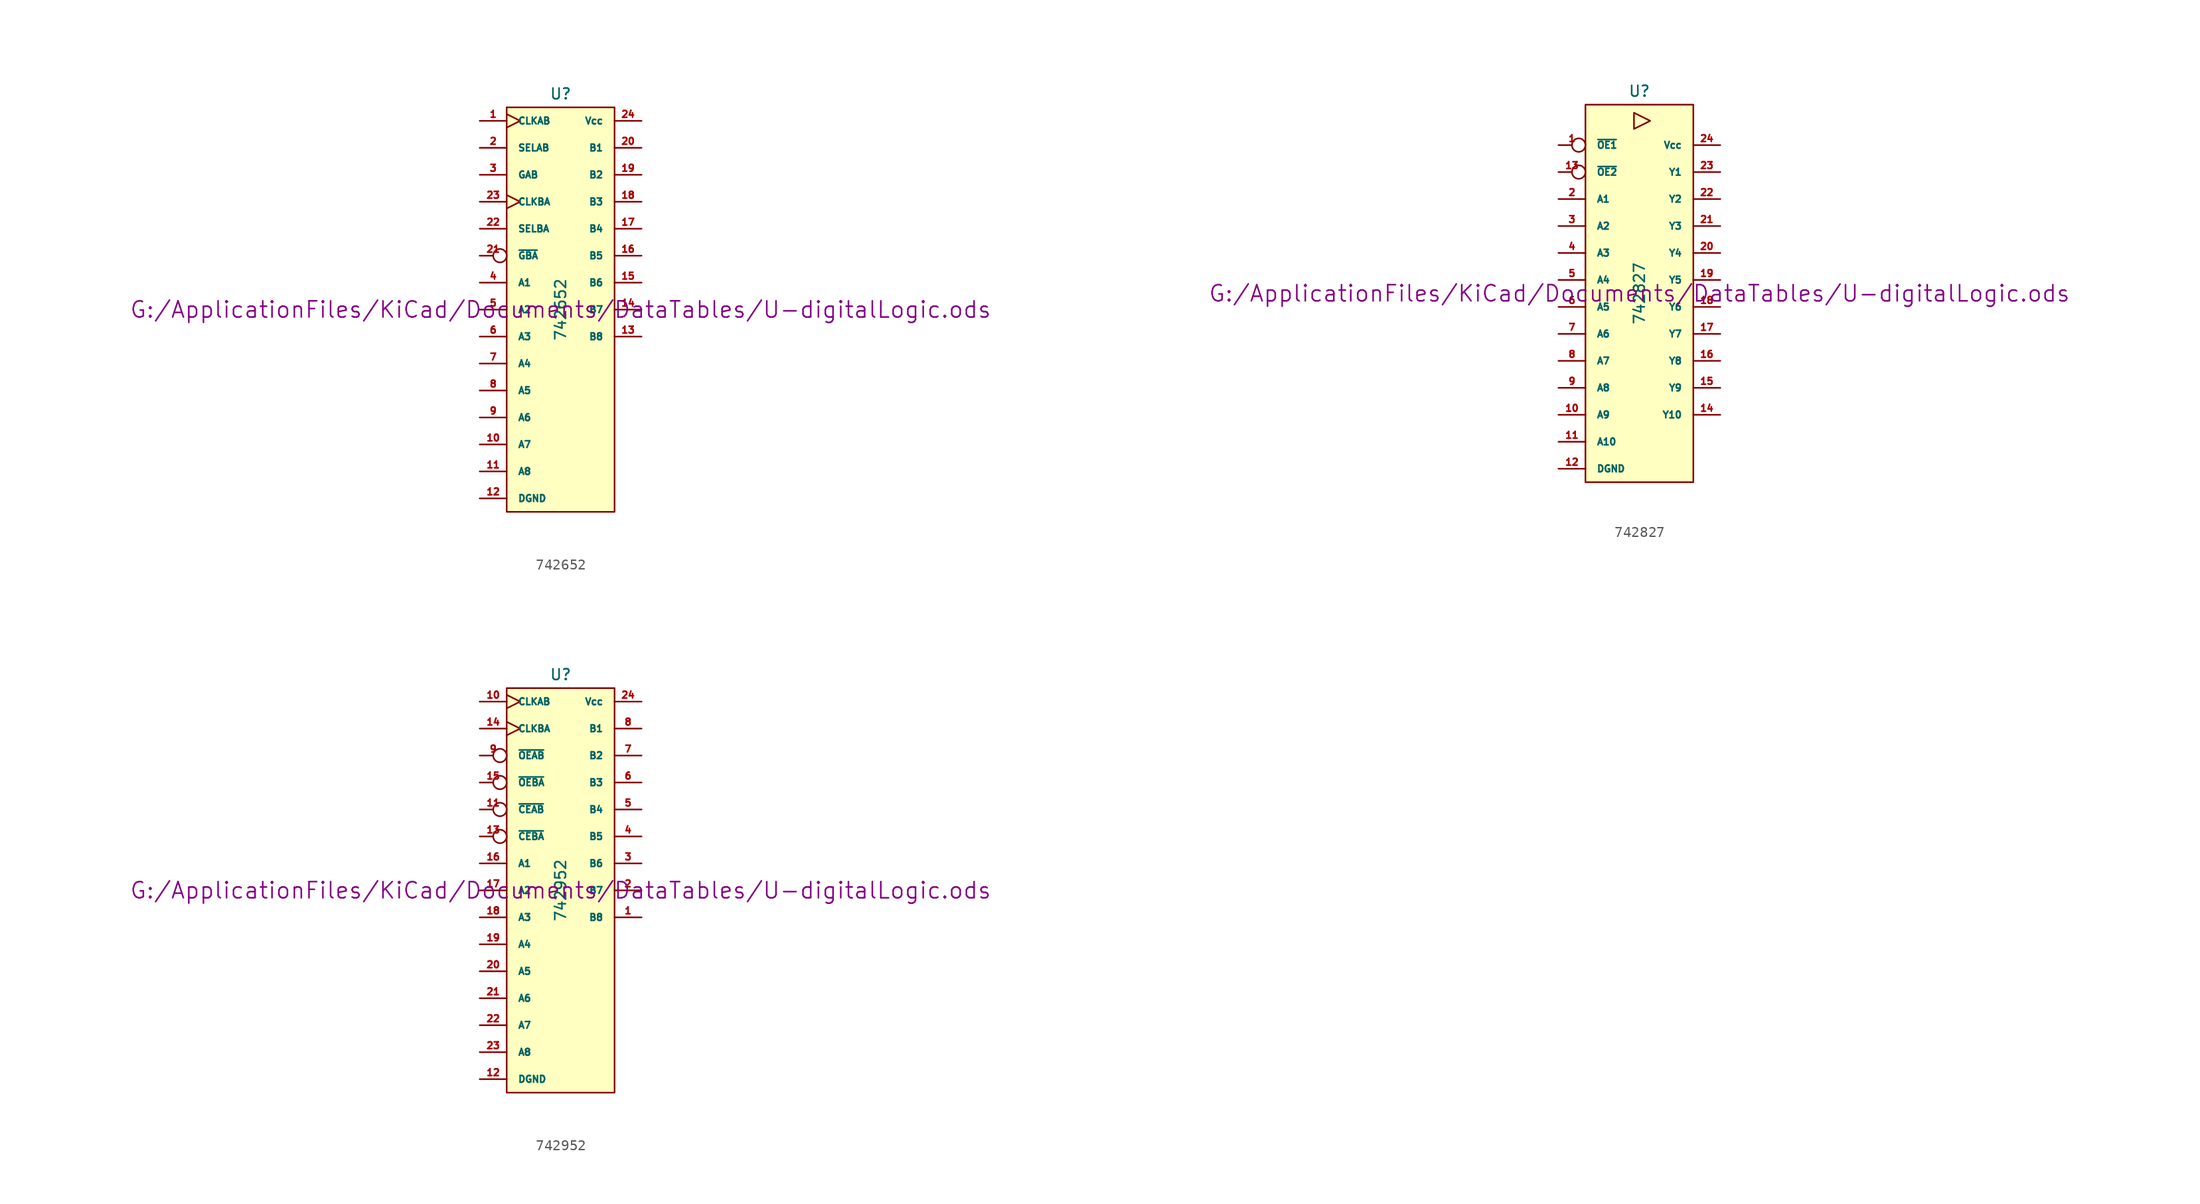
<source format=kicad_sym>
(kicad_symbol_lib
  (version 20211014)
  (generator kicad_symbol_editor)
  (symbol "742652"
    (pin_names
      (offset 1.016))
    (property "Reference" "U"
      (at 0 20.32 0)
      (effects (font (size 1.016 1.016))))
    (property "Value" "742652"
      (at 0 0 90)
      (effects (font (size 1.016 1.016))))
    (property "Footprint" ""
      (at 0 0 0)
      (effects (font (size 1.524 1.524))))
    (property "Datasheet" "G:/ApplicationFiles/KiCad/Documents/DataTables/U-digitalLogic.ods"
      (at 0 0 0)
      (effects (font (size 1.524 1.524))))
    (symbol "742652_0_1"
      (rectangle (start -5.08 19.05) (end 5.08 -19.05) (stroke (width 0) (type default) (color 0 0 0 0)) (fill (type background))))
    (symbol "742652_1_1"
      (pin input clock (at -7.62 17.78 0) (length 2.54) (name "CLKAB" (effects (font (size 0.635 0.635)))) (number "1" (effects (font (size 0.635 0.635)))))
      (pin tri_state line (at -7.62 -12.7 0) (length 2.54) (name "A7" (effects (font (size 0.635 0.635)))) (number "10" (effects (font (size 0.635 0.635)))))
      (pin tri_state line (at -7.62 -15.24 0) (length 2.54) (name "A8" (effects (font (size 0.635 0.635)))) (number "11" (effects (font (size 0.635 0.635)))))
      (pin power_in line (at -7.62 -17.78 0) (length 2.54) (name "DGND" (effects (font (size 0.635 0.635)))) (number "12" (effects (font (size 0.635 0.635)))))
      (pin tri_state line (at 7.62 -2.54 180) (length 2.54) (name "B8" (effects (font (size 0.635 0.635)))) (number "13" (effects (font (size 0.635 0.635)))))
      (pin tri_state line (at 7.62 0 180) (length 2.54) (name "B7" (effects (font (size 0.635 0.635)))) (number "14" (effects (font (size 0.635 0.635)))))
      (pin tri_state line (at 7.62 2.54 180) (length 2.54) (name "B6" (effects (font (size 0.635 0.635)))) (number "15" (effects (font (size 0.635 0.635)))))
      (pin tri_state line (at 7.62 5.08 180) (length 2.54) (name "B5" (effects (font (size 0.635 0.635)))) (number "16" (effects (font (size 0.635 0.635)))))
      (pin tri_state line (at 7.62 7.62 180) (length 2.54) (name "B4" (effects (font (size 0.635 0.635)))) (number "17" (effects (font (size 0.635 0.635)))))
      (pin tri_state line (at 7.62 10.16 180) (length 2.54) (name "B3" (effects (font (size 0.635 0.635)))) (number "18" (effects (font (size 0.635 0.635)))))
      (pin tri_state line (at 7.62 12.7 180) (length 2.54) (name "B2" (effects (font (size 0.635 0.635)))) (number "19" (effects (font (size 0.635 0.635)))))
      (pin input line (at -7.62 15.24 0) (length 2.54) (name "SELAB" (effects (font (size 0.635 0.635)))) (number "2" (effects (font (size 0.635 0.635)))))
      (pin tri_state line (at 7.62 15.24 180) (length 2.54) (name "B1" (effects (font (size 0.635 0.635)))) (number "20" (effects (font (size 0.635 0.635)))))
      (pin input inverted (at -7.62 5.08 0) (length 2.54) (name "~{GBA}" (effects (font (size 0.635 0.635)))) (number "21" (effects (font (size 0.635 0.635)))))
      (pin input line (at -7.62 7.62 0) (length 2.54) (name "SELBA" (effects (font (size 0.635 0.635)))) (number "22" (effects (font (size 0.635 0.635)))))
      (pin input clock (at -7.62 10.16 0) (length 2.54) (name "CLKBA" (effects (font (size 0.635 0.635)))) (number "23" (effects (font (size 0.635 0.635)))))
      (pin power_in line (at 7.62 17.78 180) (length 2.54) (name "Vcc" (effects (font (size 0.635 0.635)))) (number "24" (effects (font (size 0.635 0.635)))))
      (pin input line (at -7.62 12.7 0) (length 2.54) (name "GAB" (effects (font (size 0.635 0.635)))) (number "3" (effects (font (size 0.635 0.635)))))
      (pin tri_state line (at -7.62 2.54 0) (length 2.54) (name "A1" (effects (font (size 0.635 0.635)))) (number "4" (effects (font (size 0.635 0.635)))))
      (pin tri_state line (at -7.62 0 0) (length 2.54) (name "A2" (effects (font (size 0.635 0.635)))) (number "5" (effects (font (size 0.635 0.635)))))
      (pin tri_state line (at -7.62 -2.54 0) (length 2.54) (name "A3" (effects (font (size 0.635 0.635)))) (number "6" (effects (font (size 0.635 0.635)))))
      (pin tri_state line (at -7.62 -5.08 0) (length 2.54) (name "A4" (effects (font (size 0.635 0.635)))) (number "7" (effects (font (size 0.635 0.635)))))
      (pin tri_state line (at -7.62 -7.62 0) (length 2.54) (name "A5" (effects (font (size 0.635 0.635)))) (number "8" (effects (font (size 0.635 0.635)))))
      (pin tri_state line (at -7.62 -10.16 0) (length 2.54) (name "A6" (effects (font (size 0.635 0.635)))) (number "9" (effects (font (size 0.635 0.635)))))))
  (symbol "742827"
    (pin_names
      (offset 1.016))
    (property "Reference" "U"
      (at 0 19.05 0)
      (effects (font (size 1.016 1.016))))
    (property "Value" "742827"
      (at 0 0 90)
      (effects (font (size 1.016 1.016))))
    (property "Footprint" ""
      (at 0 0 0)
      (effects (font (size 1.524 1.524))))
    (property "Datasheet" "G:/ApplicationFiles/KiCad/Documents/DataTables/U-digitalLogic.ods"
      (at 0 0 0)
      (effects (font (size 1.524 1.524))))
    (symbol "742827_0_0"
      (polyline (pts (xy -0.508 17.018) (xy -0.508 15.494) (xy 1.016 16.256) (xy -0.508 17.018)) (stroke (width 0) (type default) (color 0 0 0 0)) (fill (type none))))
    (symbol "742827_0_1"
      (rectangle (start -5.08 17.78) (end 5.08 -17.78) (stroke (width 0) (type default) (color 0 0 0 0)) (fill (type background))))
    (symbol "742827_1_1"
      (pin input inverted (at -7.62 13.97 0) (length 2.54) (name "~{OE1}" (effects (font (size 0.635 0.635)))) (number "1" (effects (font (size 0.635 0.635)))))
      (pin tri_state line (at -7.62 -11.43 0) (length 2.54) (name "A9" (effects (font (size 0.635 0.635)))) (number "10" (effects (font (size 0.635 0.635)))))
      (pin tri_state line (at -7.62 -13.97 0) (length 2.54) (name "A10" (effects (font (size 0.635 0.635)))) (number "11" (effects (font (size 0.635 0.635)))))
      (pin power_in line (at -7.62 -16.51 0) (length 2.54) (name "DGND" (effects (font (size 0.635 0.635)))) (number "12" (effects (font (size 0.635 0.635)))))
      (pin input inverted (at -7.62 11.43 0) (length 2.54) (name "~{OE2}" (effects (font (size 0.635 0.635)))) (number "13" (effects (font (size 0.635 0.635)))))
      (pin tri_state line (at 7.62 -11.43 180) (length 2.54) (name "Y10" (effects (font (size 0.635 0.635)))) (number "14" (effects (font (size 0.635 0.635)))))
      (pin tri_state line (at 7.62 -8.89 180) (length 2.54) (name "Y9" (effects (font (size 0.635 0.635)))) (number "15" (effects (font (size 0.635 0.635)))))
      (pin tri_state line (at 7.62 -6.35 180) (length 2.54) (name "Y8" (effects (font (size 0.635 0.635)))) (number "16" (effects (font (size 0.635 0.635)))))
      (pin tri_state line (at 7.62 -3.81 180) (length 2.54) (name "Y7" (effects (font (size 0.635 0.635)))) (number "17" (effects (font (size 0.635 0.635)))))
      (pin tri_state line (at 7.62 -1.27 180) (length 2.54) (name "Y6" (effects (font (size 0.635 0.635)))) (number "18" (effects (font (size 0.635 0.635)))))
      (pin tri_state line (at 7.62 1.27 180) (length 2.54) (name "Y5" (effects (font (size 0.635 0.635)))) (number "19" (effects (font (size 0.635 0.635)))))
      (pin tri_state line (at -7.62 8.89 0) (length 2.54) (name "A1" (effects (font (size 0.635 0.635)))) (number "2" (effects (font (size 0.635 0.635)))))
      (pin tri_state line (at 7.62 3.81 180) (length 2.54) (name "Y4" (effects (font (size 0.635 0.635)))) (number "20" (effects (font (size 0.635 0.635)))))
      (pin tri_state line (at 7.62 6.35 180) (length 2.54) (name "Y3" (effects (font (size 0.635 0.635)))) (number "21" (effects (font (size 0.635 0.635)))))
      (pin tri_state line (at 7.62 8.89 180) (length 2.54) (name "Y2" (effects (font (size 0.635 0.635)))) (number "22" (effects (font (size 0.635 0.635)))))
      (pin tri_state line (at 7.62 11.43 180) (length 2.54) (name "Y1" (effects (font (size 0.635 0.635)))) (number "23" (effects (font (size 0.635 0.635)))))
      (pin power_in line (at 7.62 13.97 180) (length 2.54) (name "Vcc" (effects (font (size 0.635 0.635)))) (number "24" (effects (font (size 0.635 0.635)))))
      (pin tri_state line (at -7.62 6.35 0) (length 2.54) (name "A2" (effects (font (size 0.635 0.635)))) (number "3" (effects (font (size 0.635 0.635)))))
      (pin tri_state line (at -7.62 3.81 0) (length 2.54) (name "A3" (effects (font (size 0.635 0.635)))) (number "4" (effects (font (size 0.635 0.635)))))
      (pin tri_state line (at -7.62 1.27 0) (length 2.54) (name "A4" (effects (font (size 0.635 0.635)))) (number "5" (effects (font (size 0.635 0.635)))))
      (pin tri_state line (at -7.62 -1.27 0) (length 2.54) (name "A5" (effects (font (size 0.635 0.635)))) (number "6" (effects (font (size 0.635 0.635)))))
      (pin tri_state line (at -7.62 -3.81 0) (length 2.54) (name "A6" (effects (font (size 0.635 0.635)))) (number "7" (effects (font (size 0.635 0.635)))))
      (pin tri_state line (at -7.62 -6.35 0) (length 2.54) (name "A7" (effects (font (size 0.635 0.635)))) (number "8" (effects (font (size 0.635 0.635)))))
      (pin tri_state line (at -7.62 -8.89 0) (length 2.54) (name "A8" (effects (font (size 0.635 0.635)))) (number "9" (effects (font (size 0.635 0.635)))))))
  (symbol "742952"
    (pin_names
      (offset 1.016))
    (property "Reference" "U"
      (at 0 20.32 0)
      (effects (font (size 1.016 1.016))))
    (property "Value" "742952"
      (at 0 0 90)
      (effects (font (size 1.016 1.016))))
    (property "Footprint" ""
      (at 0 0 0)
      (effects (font (size 1.524 1.524))))
    (property "Datasheet" "G:/ApplicationFiles/KiCad/Documents/DataTables/U-digitalLogic.ods"
      (at 0 0 0)
      (effects (font (size 1.524 1.524))))
    (symbol "742952_0_1"
      (rectangle (start -5.08 19.05) (end 5.08 -19.05) (stroke (width 0) (type default) (color 0 0 0 0)) (fill (type background))))
    (symbol "742952_1_1"
      (pin tri_state line (at 7.62 -2.54 180) (length 2.54) (name "B8" (effects (font (size 0.635 0.635)))) (number "1" (effects (font (size 0.635 0.635)))))
      (pin input clock (at -7.62 17.78 0) (length 2.54) (name "CLKAB" (effects (font (size 0.635 0.635)))) (number "10" (effects (font (size 0.635 0.635)))))
      (pin input inverted (at -7.62 7.62 0) (length 2.54) (name "~{CEAB}" (effects (font (size 0.635 0.635)))) (number "11" (effects (font (size 0.635 0.635)))))
      (pin power_in line (at -7.62 -17.78 0) (length 2.54) (name "DGND" (effects (font (size 0.635 0.635)))) (number "12" (effects (font (size 0.635 0.635)))))
      (pin input inverted (at -7.62 5.08 0) (length 2.54) (name "~{CEBA}" (effects (font (size 0.635 0.635)))) (number "13" (effects (font (size 0.635 0.635)))))
      (pin input clock (at -7.62 15.24 0) (length 2.54) (name "CLKBA" (effects (font (size 0.635 0.635)))) (number "14" (effects (font (size 0.635 0.635)))))
      (pin input inverted (at -7.62 10.16 0) (length 2.54) (name "~{OEBA}" (effects (font (size 0.635 0.635)))) (number "15" (effects (font (size 0.635 0.635)))))
      (pin tri_state line (at -7.62 2.54 0) (length 2.54) (name "A1" (effects (font (size 0.635 0.635)))) (number "16" (effects (font (size 0.635 0.635)))))
      (pin tri_state line (at -7.62 0 0) (length 2.54) (name "A2" (effects (font (size 0.635 0.635)))) (number "17" (effects (font (size 0.635 0.635)))))
      (pin tri_state line (at -7.62 -2.54 0) (length 2.54) (name "A3" (effects (font (size 0.635 0.635)))) (number "18" (effects (font (size 0.635 0.635)))))
      (pin tri_state line (at -7.62 -5.08 0) (length 2.54) (name "A4" (effects (font (size 0.635 0.635)))) (number "19" (effects (font (size 0.635 0.635)))))
      (pin tri_state line (at 7.62 0 180) (length 2.54) (name "B7" (effects (font (size 0.635 0.635)))) (number "2" (effects (font (size 0.635 0.635)))))
      (pin tri_state line (at -7.62 -7.62 0) (length 2.54) (name "A5" (effects (font (size 0.635 0.635)))) (number "20" (effects (font (size 0.635 0.635)))))
      (pin tri_state line (at -7.62 -10.16 0) (length 2.54) (name "A6" (effects (font (size 0.635 0.635)))) (number "21" (effects (font (size 0.635 0.635)))))
      (pin tri_state line (at -7.62 -12.7 0) (length 2.54) (name "A7" (effects (font (size 0.635 0.635)))) (number "22" (effects (font (size 0.635 0.635)))))
      (pin tri_state line (at -7.62 -15.24 0) (length 2.54) (name "A8" (effects (font (size 0.635 0.635)))) (number "23" (effects (font (size 0.635 0.635)))))
      (pin power_in line (at 7.62 17.78 180) (length 2.54) (name "Vcc" (effects (font (size 0.635 0.635)))) (number "24" (effects (font (size 0.635 0.635)))))
      (pin tri_state line (at 7.62 2.54 180) (length 2.54) (name "B6" (effects (font (size 0.635 0.635)))) (number "3" (effects (font (size 0.635 0.635)))))
      (pin tri_state line (at 7.62 5.08 180) (length 2.54) (name "B5" (effects (font (size 0.635 0.635)))) (number "4" (effects (font (size 0.635 0.635)))))
      (pin tri_state line (at 7.62 7.62 180) (length 2.54) (name "B4" (effects (font (size 0.635 0.635)))) (number "5" (effects (font (size 0.635 0.635)))))
      (pin tri_state line (at 7.62 10.16 180) (length 2.54) (name "B3" (effects (font (size 0.635 0.635)))) (number "6" (effects (font (size 0.635 0.635)))))
      (pin tri_state line (at 7.62 12.7 180) (length 2.54) (name "B2" (effects (font (size 0.635 0.635)))) (number "7" (effects (font (size 0.635 0.635)))))
      (pin tri_state line (at 7.62 15.24 180) (length 2.54) (name "B1" (effects (font (size 0.635 0.635)))) (number "8" (effects (font (size 0.635 0.635)))))
      (pin input inverted (at -7.62 12.7 0) (length 2.54) (name "~{OEAB}" (effects (font (size 0.635 0.635)))) (number "9" (effects (font (size 0.635 0.635))))))))
</source>
